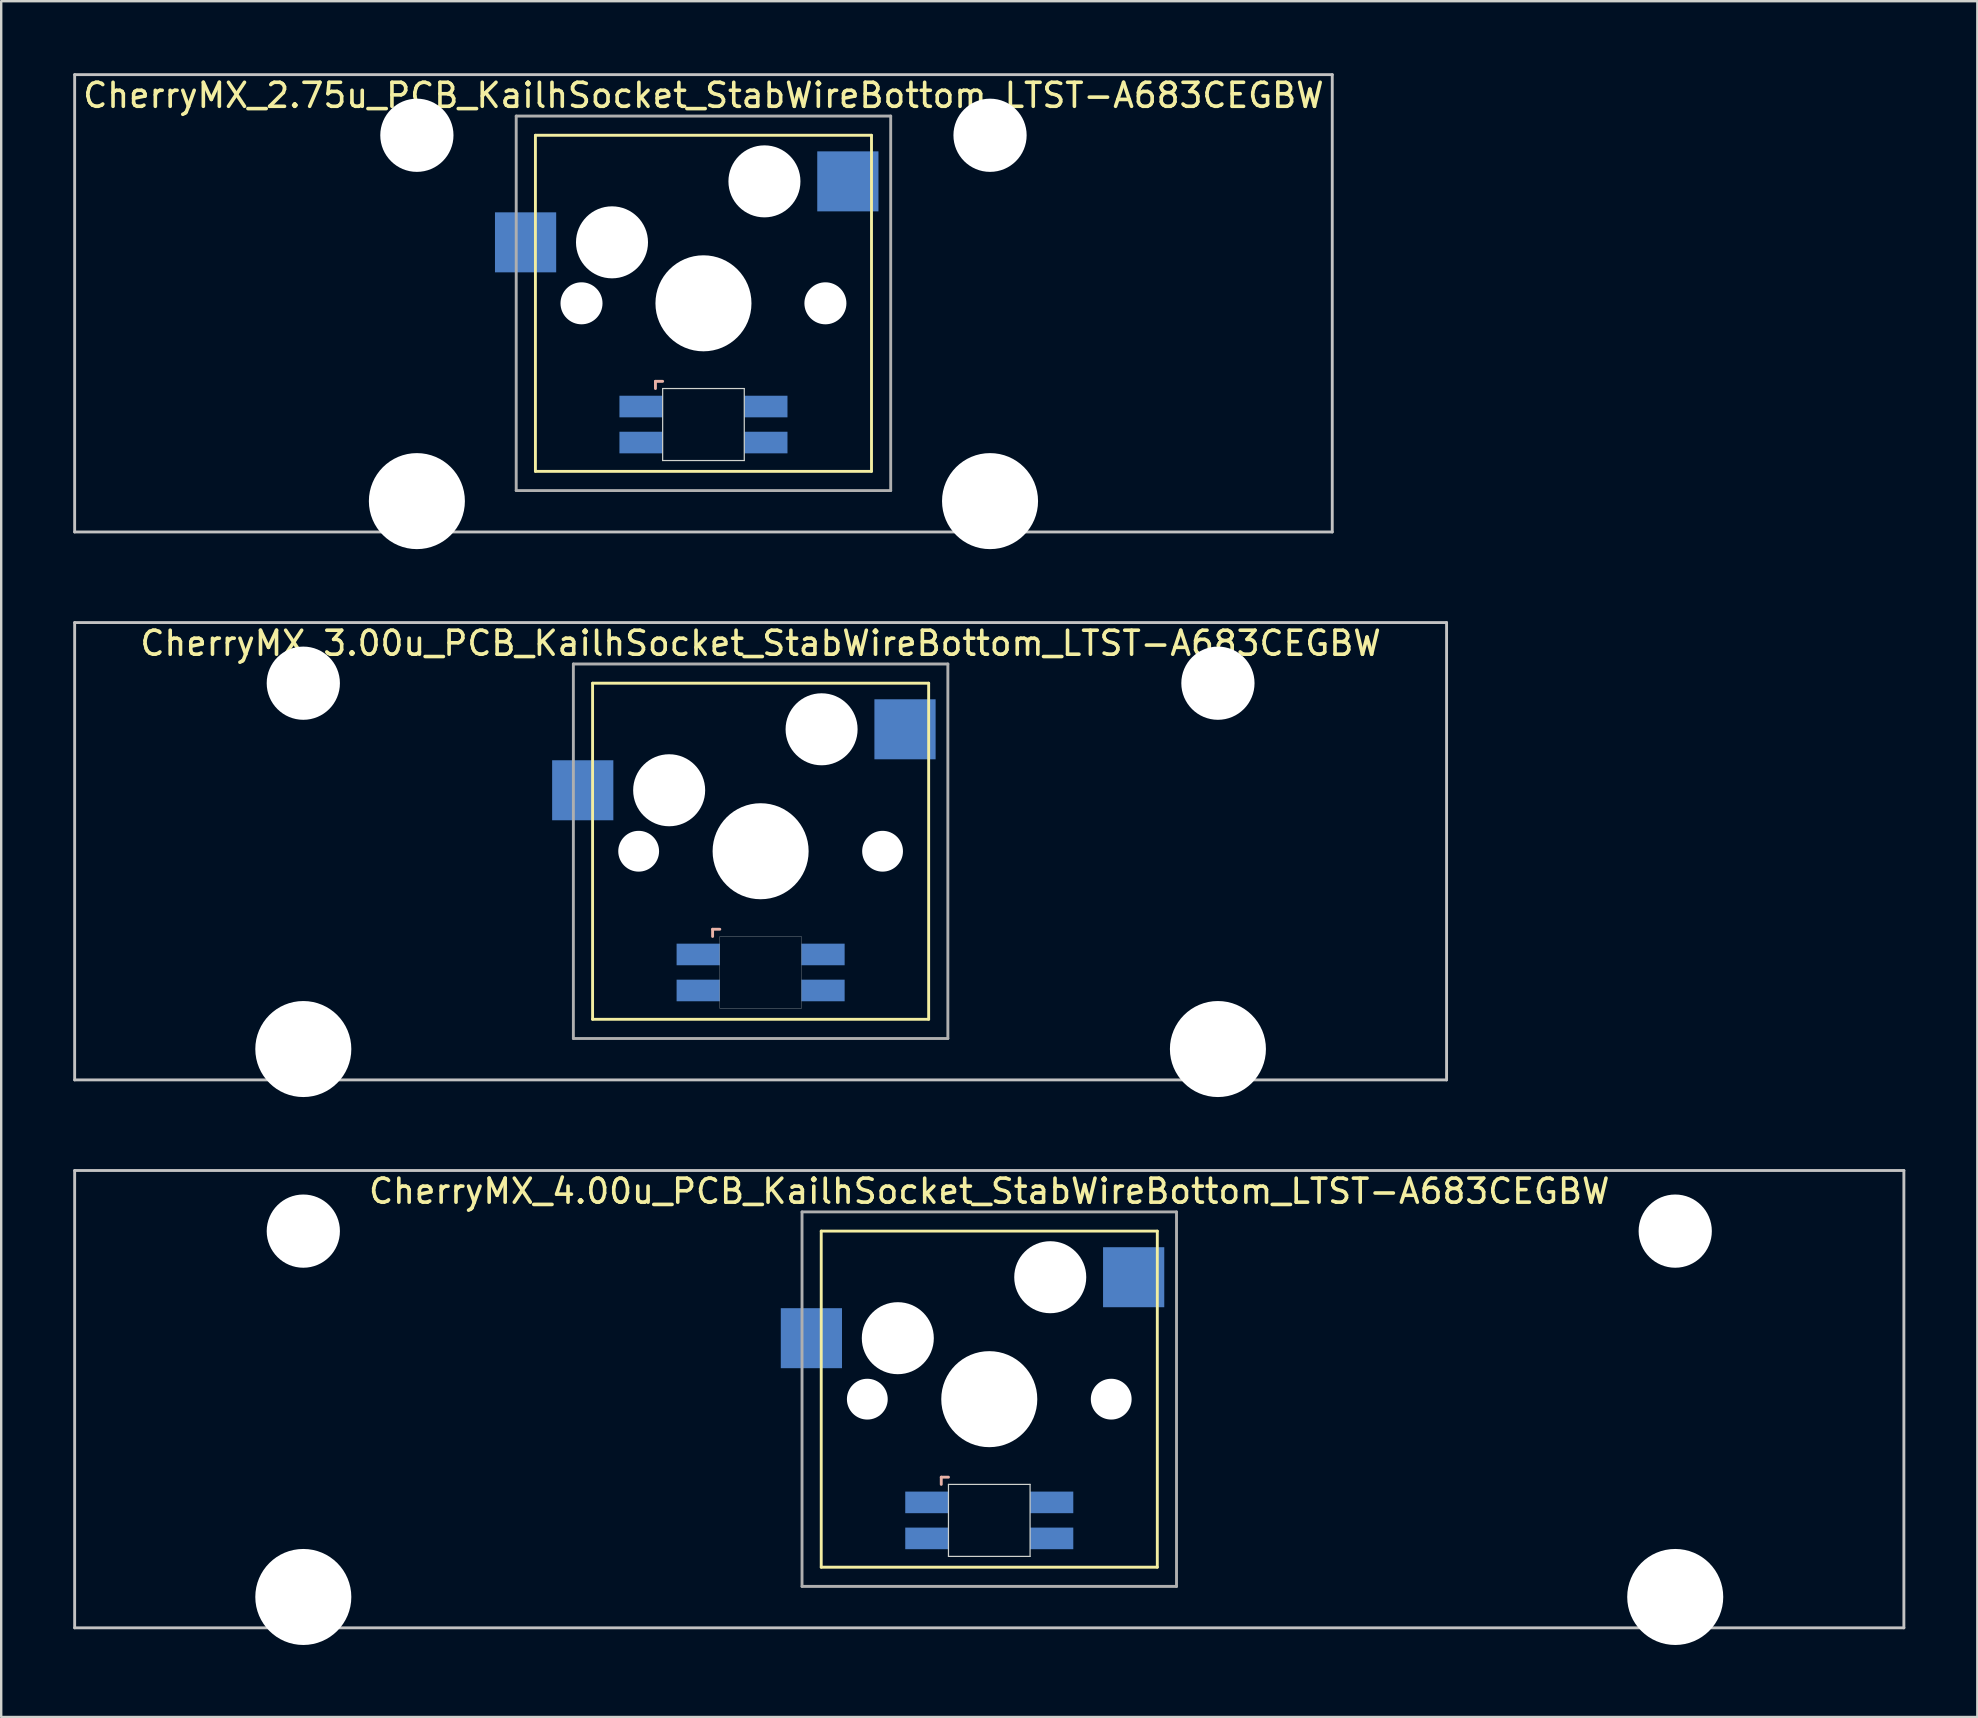
<source format=kicad_pcb>
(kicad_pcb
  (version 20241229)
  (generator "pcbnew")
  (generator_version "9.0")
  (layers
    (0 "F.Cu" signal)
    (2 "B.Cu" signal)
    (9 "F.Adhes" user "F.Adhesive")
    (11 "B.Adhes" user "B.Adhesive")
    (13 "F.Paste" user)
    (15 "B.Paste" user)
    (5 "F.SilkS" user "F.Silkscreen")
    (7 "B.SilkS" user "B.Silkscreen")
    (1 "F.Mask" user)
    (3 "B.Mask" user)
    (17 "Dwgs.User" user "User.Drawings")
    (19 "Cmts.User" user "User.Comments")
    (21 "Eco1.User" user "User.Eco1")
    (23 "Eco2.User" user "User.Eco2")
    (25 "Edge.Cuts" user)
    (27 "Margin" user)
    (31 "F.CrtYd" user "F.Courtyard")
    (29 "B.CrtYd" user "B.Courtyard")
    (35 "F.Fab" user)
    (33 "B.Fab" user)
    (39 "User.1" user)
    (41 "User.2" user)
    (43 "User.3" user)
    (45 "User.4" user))
  (footprint "CherryMX_4.00u_PCB_KailhSocket_StabWireBottom_LTST-A683CEGBW"
    (layer "F.Cu")
    (at 38.16 55.235)
    (property "Reference" "CherryMX_4.00u_PCB_KailhSocket_StabWireBottom_LTST-A683CEGBW" (at 0 -8.662 0) (layer "F.SilkS") (effects (font (size 1 1) (thickness 0.15))))
    (attr through_hole)
    (fp_line (start -7 -7) (end -7 7) (stroke (width 0.12) (type solid)) (layer "F.SilkS"))
    (fp_line (start -7 -7) (end 7 -7) (stroke (width 0.12) (type solid)) (layer "F.SilkS"))
    (fp_line (start 7 -7) (end 7 7) (stroke (width 0.12) (type solid)) (layer "F.SilkS"))
    (fp_line (start 7 7) (end -7 7) (stroke (width 0.12) (type solid)) (layer "F.SilkS"))
    (fp_line (start -2 3.25) (end -2 3.55) (stroke (width 0.12) (type solid)) (layer "B.SilkS"))
    (fp_line (start -1.7 3.25) (end -2 3.25) (stroke (width 0.12) (type solid)) (layer "B.SilkS"))
    (fp_line (start -38.1 -9.525) (end 38.1 -9.525) (stroke (width 0.12) (type solid)) (layer "Dwgs.User"))
    (fp_line (start -38.1 9.525) (end -38.1 -9.525) (stroke (width 0.12) (type solid)) (layer "Dwgs.User"))
    (fp_line (start 38.1 -9.525) (end 38.1 9.525) (stroke (width 0.12) (type solid)) (layer "Dwgs.User"))
    (fp_line (start 38.1 9.525) (end -38.1 9.525) (stroke (width 0.12) (type solid)) (layer "Dwgs.User"))
    (fp_line (start -1.7 3.55) (end 1.7 3.55) (stroke (width 0.05) (type solid)) (layer "Edge.Cuts"))
    (fp_line (start -1.7 6.55) (end -1.7 3.55) (stroke (width 0.05) (type solid)) (layer "Edge.Cuts"))
    (fp_line (start 1.7 3.55) (end 1.7 6.55) (stroke (width 0.05) (type solid)) (layer "Edge.Cuts"))
    (fp_line (start 1.7 6.55) (end -1.7 6.55) (stroke (width 0.05) (type solid)) (layer "Edge.Cuts"))
    (fp_line (start -7.8 -7.8) (end -7.8 7.8) (stroke (width 0.12) (type solid)) (layer "F.Fab"))
    (fp_line (start -7.8 -7.8) (end 7.8 -7.8) (stroke (width 0.12) (type solid)) (layer "F.Fab"))
    (fp_line (start -7.8 7.8) (end 7.8 7.8) (stroke (width 0.12) (type solid)) (layer "F.Fab"))
    (fp_line (start 7.8 -7.8) (end 7.8 7.8) (stroke (width 0.12) (type solid)) (layer "F.Fab"))
    (pad "" np_thru_hole circle (at -28.575 -7) (size 3.05 3.05) (drill 3.05) (layers "*.Cu" "*.Mask"))
    (pad "" np_thru_hole circle (at -28.575 8.24) (size 4 4) (drill 4) (layers "*.Cu" "*.Mask"))
    (pad "" np_thru_hole circle (at -5.08 0) (size 1.7 1.7) (drill 1.7) (layers "*.Cu" "*.Mask"))
    (pad "" np_thru_hole circle (at -3.81 -2.54) (size 3 3) (drill 3) (layers "*.Cu" "*.Mask"))
    (pad "" np_thru_hole circle (at 0 0) (size 4 4) (drill 4) (layers "*.Cu" "*.Mask"))
    (pad "" np_thru_hole circle (at 2.54 -5.08) (size 3 3) (drill 3) (layers "*.Cu" "*.Mask"))
    (pad "" np_thru_hole circle (at 5.08 0) (size 1.7 1.7) (drill 1.7) (layers "*.Cu" "*.Mask"))
    (pad "" np_thru_hole circle (at 28.575 -7) (size 3.05 3.05) (drill 3.05) (layers "*.Cu" "*.Mask"))
    (pad "" np_thru_hole circle (at 28.575 8.24) (size 4 4) (drill 4) (layers "*.Cu" "*.Mask"))
    (pad "1" smd rect (at -7.41 -2.54) (size 2.55 2.5) (layers "B.Cu" "B.Mask" "B.Paste"))
    (pad "2" smd rect (at 6.015 -5.08) (size 2.55 2.5) (layers "B.Cu" "B.Mask" "B.Paste"))
    (pad "3" smd rect (at -2.6 4.3) (size 1.8 0.9) (layers "B.Cu" "B.Mask" "B.Paste"))
    (pad "4" smd rect (at -2.6 5.8) (size 1.8 0.9) (layers "B.Cu" "B.Mask" "B.Paste"))
    (pad "5" smd rect (at 2.6 4.3) (size 1.8 0.9) (layers "B.Cu" "B.Mask" "B.Paste"))
    (pad "6" smd rect (at 2.6 5.8) (size 1.8 0.9) (layers "B.Cu" "B.Mask" "B.Paste")))
  (footprint "CherryMX_2.75u_PCB_KailhSocket_StabWireBottom_LTST-A683CEGBW"
    (layer "F.Cu")
    (at 26.254 9.585)
    (property "Reference" "CherryMX_2.75u_PCB_KailhSocket_StabWireBottom_LTST-A683CEGBW" (at 0 -8.662 0) (layer "F.SilkS") (effects (font (size 1 1) (thickness 0.15))))
    (attr through_hole)
    (fp_line (start -7 -7) (end -7 7) (stroke (width 0.12) (type solid)) (layer "F.SilkS"))
    (fp_line (start -7 -7) (end 7 -7) (stroke (width 0.12) (type solid)) (layer "F.SilkS"))
    (fp_line (start 7 -7) (end 7 7) (stroke (width 0.12) (type solid)) (layer "F.SilkS"))
    (fp_line (start 7 7) (end -7 7) (stroke (width 0.12) (type solid)) (layer "F.SilkS"))
    (fp_line (start -2 3.25) (end -2 3.55) (stroke (width 0.12) (type solid)) (layer "B.SilkS"))
    (fp_line (start -1.7 3.25) (end -2 3.25) (stroke (width 0.12) (type solid)) (layer "B.SilkS"))
    (fp_line (start -26.194 -9.525) (end 26.194 -9.525) (stroke (width 0.12) (type solid)) (layer "Dwgs.User"))
    (fp_line (start -26.194 9.525) (end -26.194 -9.525) (stroke (width 0.12) (type solid)) (layer "Dwgs.User"))
    (fp_line (start 26.194 -9.525) (end 26.194 9.525) (stroke (width 0.12) (type solid)) (layer "Dwgs.User"))
    (fp_line (start 26.194 9.525) (end -26.194 9.525) (stroke (width 0.12) (type solid)) (layer "Dwgs.User"))
    (fp_line (start -1.7 3.55) (end 1.7 3.55) (stroke (width 0.05) (type solid)) (layer "Edge.Cuts"))
    (fp_line (start -1.7 6.55) (end -1.7 3.55) (stroke (width 0.05) (type solid)) (layer "Edge.Cuts"))
    (fp_line (start 1.7 3.55) (end 1.7 6.55) (stroke (width 0.05) (type solid)) (layer "Edge.Cuts"))
    (fp_line (start 1.7 6.55) (end -1.7 6.55) (stroke (width 0.05) (type solid)) (layer "Edge.Cuts"))
    (fp_line (start -7.8 -7.8) (end -7.8 7.8) (stroke (width 0.12) (type solid)) (layer "F.Fab"))
    (fp_line (start -7.8 -7.8) (end 7.8 -7.8) (stroke (width 0.12) (type solid)) (layer "F.Fab"))
    (fp_line (start -7.8 7.8) (end 7.8 7.8) (stroke (width 0.12) (type solid)) (layer "F.Fab"))
    (fp_line (start 7.8 -7.8) (end 7.8 7.8) (stroke (width 0.12) (type solid)) (layer "F.Fab"))
    (pad "" np_thru_hole circle (at -11.938 -7) (size 3.05 3.05) (drill 3.05) (layers "*.Cu" "*.Mask"))
    (pad "" np_thru_hole circle (at -11.938 8.24) (size 4 4) (drill 4) (layers "*.Cu" "*.Mask"))
    (pad "" np_thru_hole circle (at -5.08 0) (size 1.75 1.75) (drill 1.75) (layers "*.Cu" "*.Mask"))
    (pad "" np_thru_hole circle (at -3.81 -2.54) (size 3 3) (drill 3) (layers "*.Cu" "*.Mask"))
    (pad "" np_thru_hole circle (at 0 0) (size 4 4) (drill 4) (layers "*.Cu" "*.Mask"))
    (pad "" np_thru_hole circle (at 2.54 -5.08) (size 3 3) (drill 3) (layers "*.Cu" "*.Mask"))
    (pad "" np_thru_hole circle (at 5.08 0) (size 1.75 1.75) (drill 1.75) (layers "*.Cu" "*.Mask"))
    (pad "" np_thru_hole circle (at 11.938 -7) (size 3.05 3.05) (drill 3.05) (layers "*.Cu" "*.Mask"))
    (pad "" np_thru_hole circle (at 11.938 8.24) (size 4 4) (drill 4) (layers "*.Cu" "*.Mask"))
    (pad "1" smd rect (at -7.41 -2.54) (size 2.55 2.5) (layers "B.Cu" "B.Mask" "B.Paste"))
    (pad "2" smd rect (at 6.015 -5.08) (size 2.55 2.5) (layers "B.Cu" "B.Mask" "B.Paste"))
    (pad "3" smd rect (at -2.6 4.3) (size 1.8 0.9) (layers "B.Cu" "B.Mask" "B.Paste"))
    (pad "4" smd rect (at -2.6 5.8) (size 1.8 0.9) (layers "B.Cu" "B.Mask" "B.Paste"))
    (pad "5" smd rect (at 2.6 4.3) (size 1.8 0.9) (layers "B.Cu" "B.Mask" "B.Paste"))
    (pad "6" smd rect (at 2.6 5.8) (size 1.8 0.9) (layers "B.Cu" "B.Mask" "B.Paste")))
  (footprint "CherryMX_3.00u_PCB_KailhSocket_StabWireBottom_LTST-A683CEGBW"
    (layer "F.Cu")
    (at 28.635 32.41)
    (property "Reference" "CherryMX_3.00u_PCB_KailhSocket_StabWireBottom_LTST-A683CEGBW" (at 0 -8.662 0) (layer "F.SilkS") (effects (font (size 1 1) (thickness 0.15))))
    (attr through_hole)
    (fp_line (start -7 -7) (end -7 7) (stroke (width 0.12) (type solid)) (layer "F.SilkS"))
    (fp_line (start -7 -7) (end 7 -7) (stroke (width 0.12) (type solid)) (layer "F.SilkS"))
    (fp_line (start 7 -7) (end 7 7) (stroke (width 0.12) (type solid)) (layer "F.SilkS"))
    (fp_line (start 7 7) (end -7 7) (stroke (width 0.12) (type solid)) (layer "F.SilkS"))
    (fp_line (start -2 3.25) (end -2 3.55) (stroke (width 0.12) (type solid)) (layer "B.SilkS"))
    (fp_line (start -1.7 3.25) (end -2 3.25) (stroke (width 0.12) (type solid)) (layer "B.SilkS"))
    (fp_line (start -28.575 -9.525) (end 28.575 -9.525) (stroke (width 0.12) (type solid)) (layer "Dwgs.User"))
    (fp_line (start -28.575 9.525) (end -28.575 -9.525) (stroke (width 0.12) (type solid)) (layer "Dwgs.User"))
    (fp_line (start 28.575 -9.525) (end 28.575 9.525) (stroke (width 0.12) (type solid)) (layer "Dwgs.User"))
    (fp_line (start 28.575 9.525) (end -28.575 9.525) (stroke (width 0.12) (type solid)) (layer "Dwgs.User"))
    (fp_poly (pts (xy 1.7 6.55) (xy -1.7 6.55) (xy -1.7 3.55) (xy 1.7 3.55)) (stroke (width 0.01) (type solid)) (fill no) (layer "Edge.Cuts"))
    (fp_line (start -7.8 -7.8) (end -7.8 7.8) (stroke (width 0.12) (type solid)) (layer "F.Fab"))
    (fp_line (start -7.8 -7.8) (end 7.8 -7.8) (stroke (width 0.12) (type solid)) (layer "F.Fab"))
    (fp_line (start -7.8 7.8) (end 7.8 7.8) (stroke (width 0.12) (type solid)) (layer "F.Fab"))
    (fp_line (start 7.8 -7.8) (end 7.8 7.8) (stroke (width 0.12) (type solid)) (layer "F.Fab"))
    (pad "" np_thru_hole circle (at -19.05 -7) (size 3.05 3.05) (drill 3.05) (layers "*.Cu" "*.Mask"))
    (pad "" np_thru_hole circle (at -19.05 8.24) (size 4 4) (drill 4) (layers "*.Cu" "*.Mask"))
    (pad "" np_thru_hole circle (at -5.08 0) (size 1.7 1.7) (drill 1.7) (layers "*.Cu" "*.Mask"))
    (pad "" np_thru_hole circle (at -3.81 -2.54) (size 3 3) (drill 3) (layers "*.Cu" "*.Mask"))
    (pad "" np_thru_hole circle (at 0 0) (size 4 4) (drill 4) (layers "*.Cu" "*.Mask"))
    (pad "" np_thru_hole circle (at 2.54 -5.08) (size 3 3) (drill 3) (layers "*.Cu" "*.Mask"))
    (pad "" np_thru_hole circle (at 5.08 0) (size 1.7 1.7) (drill 1.7) (layers "*.Cu" "*.Mask"))
    (pad "" np_thru_hole circle (at 19.05 -7) (size 3.05 3.05) (drill 3.05) (layers "*.Cu" "*.Mask"))
    (pad "" np_thru_hole circle (at 19.05 8.24) (size 4 4) (drill 4) (layers "*.Cu" "*.Mask"))
    (pad "1" smd rect (at -7.41 -2.54) (size 2.55 2.5) (layers "B.Cu" "B.Mask" "B.Paste"))
    (pad "2" smd rect (at 6.015 -5.08) (size 2.55 2.5) (layers "B.Cu" "B.Mask" "B.Paste"))
    (pad "3" smd rect (at -2.6 4.3) (size 1.8 0.9) (layers "B.Cu" "B.Mask" "B.Paste"))
    (pad "4" smd rect (at -2.6 5.8) (size 1.8 0.9) (layers "B.Cu" "B.Mask" "B.Paste"))
    (pad "5" smd rect (at 2.6 4.3) (size 1.8 0.9) (layers "B.Cu" "B.Mask" "B.Paste"))
    (pad "6" smd rect (at 2.6 5.8) (size 1.8 0.9) (layers "B.Cu" "B.Mask" "B.Paste")))
  (gr_rect
    (start -3 -3)
    (end 79.32 68.475)
    (stroke (width 0.1) (type default))
    (fill no)
    (layer "Edge.Cuts")))
</source>
